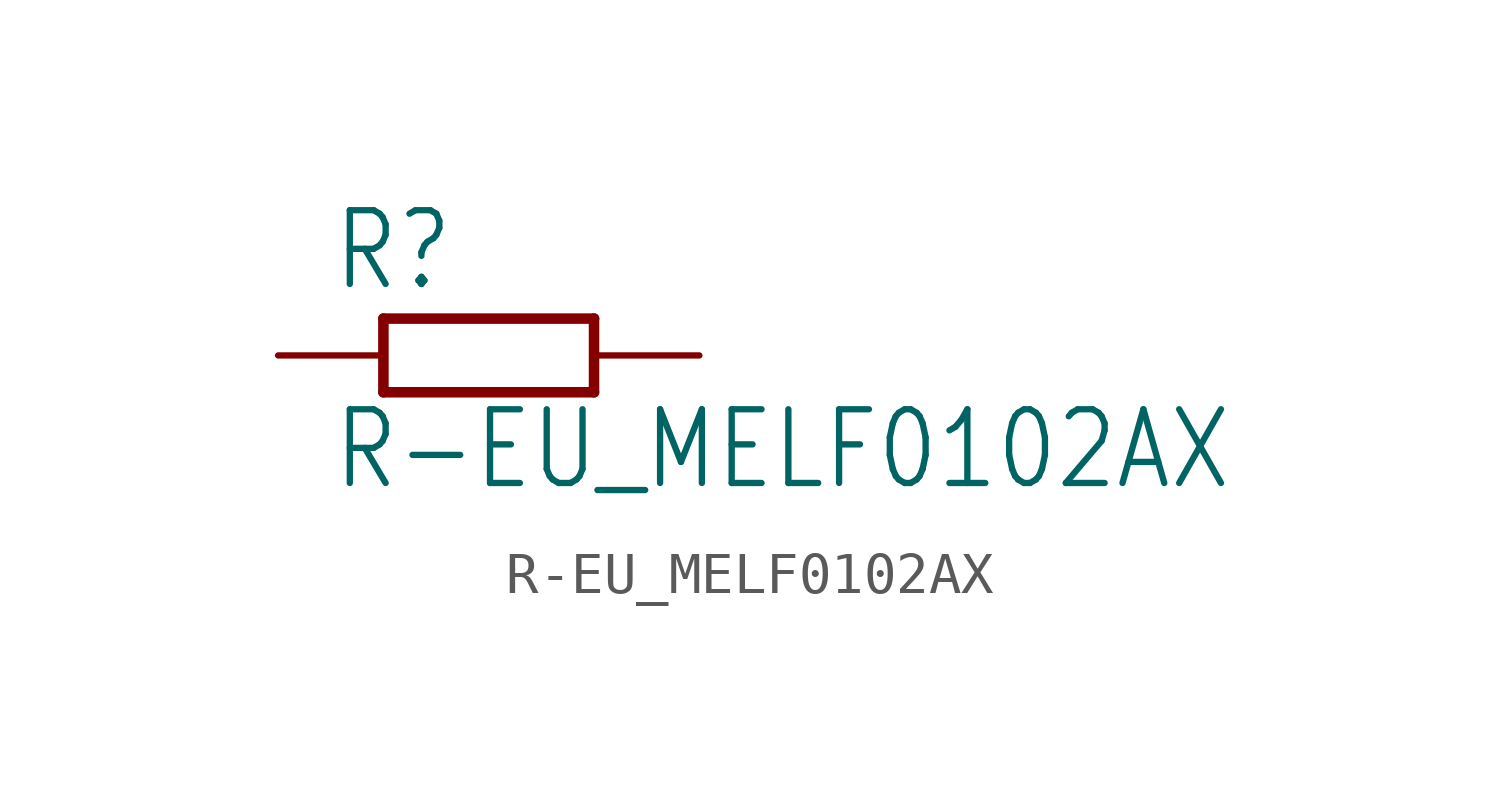
<source format=kicad_sym>
(kicad_symbol_lib
  (version 20220331)
  (generator kicad_symbol_editor)
  (symbol "R-EU_MELF0102AX"
    (property "Reference" "R"
      (at -3.81 1.499 0)
      (effects (font (size 1.778 1.511)) (justify left bottom)))
    (property "Value" "R-EU_MELF0102AX"
      (at -3.81 -3.302 0)
      (effects (font (size 1.778 1.511)) (justify left bottom)))
    (property "ki_locked" ""
      (at 0 0 0)
      (effects (font (size 1.27 1.27))))
    (symbol "R-EU_MELF0102AX_1_0"
      (polyline (pts (xy -2.54 -0.889) (xy -2.54 0.889)) (stroke (width 0.254) (type solid)) (fill (type none)))
      (polyline (pts (xy -2.54 -0.889) (xy 2.54 -0.889)) (stroke (width 0.254) (type solid)) (fill (type none)))
      (polyline (pts (xy 2.54 -0.889) (xy 2.54 0.889)) (stroke (width 0.254) (type solid)) (fill (type none)))
      (polyline (pts (xy 2.54 0.889) (xy -2.54 0.889)) (stroke (width 0.254) (type solid)) (fill (type none)))
      (pin passive line (at -5.08 0 0) (length 2.54) (name "1" (effects (font (size 0 0)))) (number "1" (effects (font (size 0 0)))))
      (pin passive line (at 5.08 0 180) (length 2.54) (name "2" (effects (font (size 0 0)))) (number "2" (effects (font (size 0 0))))))))
</source>
